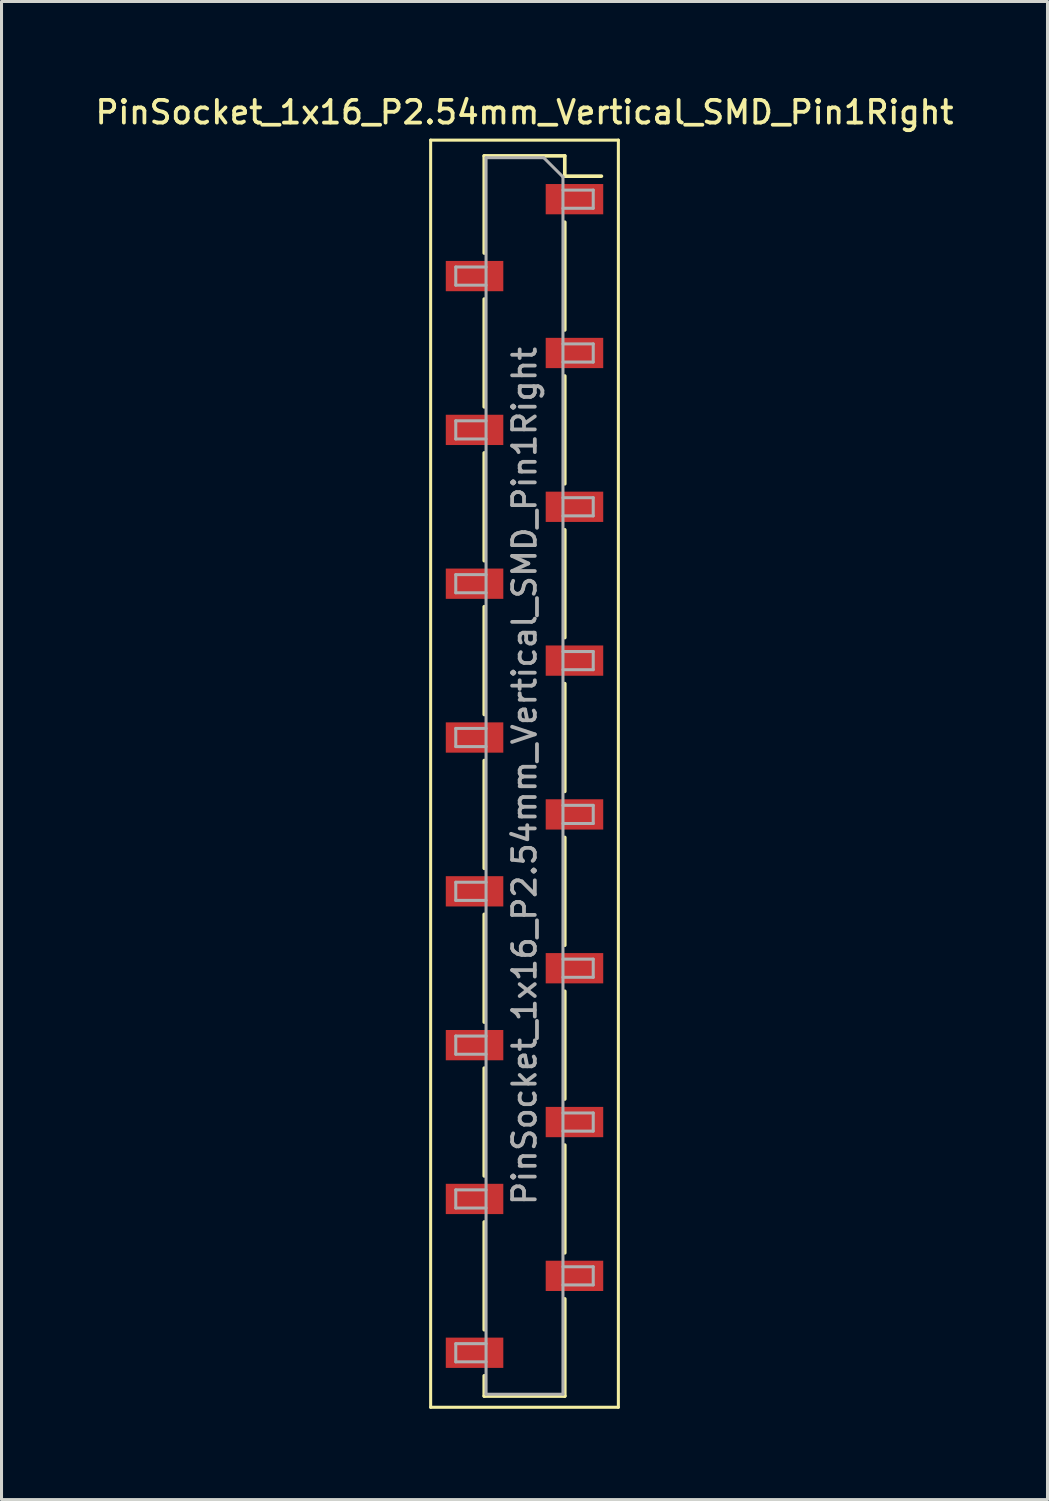
<source format=kicad_pcb>
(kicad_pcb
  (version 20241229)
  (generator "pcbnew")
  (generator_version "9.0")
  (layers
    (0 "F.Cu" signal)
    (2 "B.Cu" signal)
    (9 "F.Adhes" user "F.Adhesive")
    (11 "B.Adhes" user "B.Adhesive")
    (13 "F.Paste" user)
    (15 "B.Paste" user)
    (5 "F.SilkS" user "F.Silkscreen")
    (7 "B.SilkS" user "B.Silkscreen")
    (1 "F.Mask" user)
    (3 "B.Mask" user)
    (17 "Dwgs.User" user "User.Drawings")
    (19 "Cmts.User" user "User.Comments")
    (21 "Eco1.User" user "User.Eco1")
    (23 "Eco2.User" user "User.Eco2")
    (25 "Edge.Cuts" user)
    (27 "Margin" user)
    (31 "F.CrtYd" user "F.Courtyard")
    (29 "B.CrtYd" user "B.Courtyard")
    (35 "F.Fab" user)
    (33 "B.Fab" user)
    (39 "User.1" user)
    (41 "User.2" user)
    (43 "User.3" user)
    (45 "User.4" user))
  (footprint "PinSocket_1x16_P2.54mm_Vertical_SMD_Pin1Right"
    (layer "F.Cu")
    (at 14.273 22.578)
    (property "Reference" "PinSocket_1x16_P2.54mm_Vertical_SMD_Pin1Right" (at 0 -21.92 0) (layer "F.SilkS") (effects (font (size 0.75 0.75) (thickness 0.125))))
    (attr smd)
    (fp_line (start -3.1 -21) (end 3.1 -21) (stroke (width 0.1) (type solid)) (layer "F.SilkS"))
    (fp_line (start -3.1 20.85) (end -3.1 -21) (stroke (width 0.1) (type solid)) (layer "F.SilkS"))
    (fp_line (start -1.33 -20.48) (end -1.33 -17.27) (stroke (width 0.12) (type solid)) (layer "F.SilkS"))
    (fp_line (start -1.33 -20.48) (end 1.33 -20.48) (stroke (width 0.12) (type solid)) (layer "F.SilkS"))
    (fp_line (start -1.33 -15.75) (end -1.33 -12.19) (stroke (width 0.12) (type solid)) (layer "F.SilkS"))
    (fp_line (start -1.33 -10.67) (end -1.33 -7.11) (stroke (width 0.12) (type solid)) (layer "F.SilkS"))
    (fp_line (start -1.33 -5.59) (end -1.33 -2.03) (stroke (width 0.12) (type solid)) (layer "F.SilkS"))
    (fp_line (start -1.33 -0.51) (end -1.33 3.05) (stroke (width 0.12) (type solid)) (layer "F.SilkS"))
    (fp_line (start -1.33 4.57) (end -1.33 8.13) (stroke (width 0.12) (type solid)) (layer "F.SilkS"))
    (fp_line (start -1.33 9.65) (end -1.33 13.21) (stroke (width 0.12) (type solid)) (layer "F.SilkS"))
    (fp_line (start -1.33 14.73) (end -1.33 18.29) (stroke (width 0.12) (type solid)) (layer "F.SilkS"))
    (fp_line (start -1.33 19.81) (end -1.33 20.48) (stroke (width 0.12) (type solid)) (layer "F.SilkS"))
    (fp_line (start -1.33 20.48) (end 1.33 20.48) (stroke (width 0.12) (type solid)) (layer "F.SilkS"))
    (fp_line (start 1.33 -20.48) (end 1.33 -19.81) (stroke (width 0.12) (type solid)) (layer "F.SilkS"))
    (fp_line (start 1.33 -19.81) (end 2.54 -19.81) (stroke (width 0.12) (type solid)) (layer "F.SilkS"))
    (fp_line (start 1.33 -18.29) (end 1.33 -14.73) (stroke (width 0.12) (type solid)) (layer "F.SilkS"))
    (fp_line (start 1.33 -13.21) (end 1.33 -9.65) (stroke (width 0.12) (type solid)) (layer "F.SilkS"))
    (fp_line (start 1.33 -8.13) (end 1.33 -4.57) (stroke (width 0.12) (type solid)) (layer "F.SilkS"))
    (fp_line (start 1.33 -3.05) (end 1.33 0.51) (stroke (width 0.12) (type solid)) (layer "F.SilkS"))
    (fp_line (start 1.33 2.03) (end 1.33 5.59) (stroke (width 0.12) (type solid)) (layer "F.SilkS"))
    (fp_line (start 1.33 7.11) (end 1.33 10.67) (stroke (width 0.12) (type solid)) (layer "F.SilkS"))
    (fp_line (start 1.33 12.19) (end 1.33 15.75) (stroke (width 0.12) (type solid)) (layer "F.SilkS"))
    (fp_line (start 1.33 17.27) (end 1.33 20.48) (stroke (width 0.12) (type solid)) (layer "F.SilkS"))
    (fp_line (start 3.1 -21) (end 3.1 20.85) (stroke (width 0.1) (type solid)) (layer "F.SilkS"))
    (fp_line (start 3.1 20.85) (end -3.1 20.85) (stroke (width 0.1) (type solid)) (layer "F.SilkS"))
    (fp_line (start -2.27 -16.81) (end -1.27 -16.81) (stroke (width 0.1) (type solid)) (layer "F.Fab"))
    (fp_line (start -2.27 -16.21) (end -2.27 -16.81) (stroke (width 0.1) (type solid)) (layer "F.Fab"))
    (fp_line (start -2.27 -11.73) (end -1.27 -11.73) (stroke (width 0.1) (type solid)) (layer "F.Fab"))
    (fp_line (start -2.27 -11.13) (end -2.27 -11.73) (stroke (width 0.1) (type solid)) (layer "F.Fab"))
    (fp_line (start -2.27 -6.65) (end -1.27 -6.65) (stroke (width 0.1) (type solid)) (layer "F.Fab"))
    (fp_line (start -2.27 -6.05) (end -2.27 -6.65) (stroke (width 0.1) (type solid)) (layer "F.Fab"))
    (fp_line (start -2.27 -1.57) (end -1.27 -1.57) (stroke (width 0.1) (type solid)) (layer "F.Fab"))
    (fp_line (start -2.27 -0.97) (end -2.27 -1.57) (stroke (width 0.1) (type solid)) (layer "F.Fab"))
    (fp_line (start -2.27 3.51) (end -1.27 3.51) (stroke (width 0.1) (type solid)) (layer "F.Fab"))
    (fp_line (start -2.27 4.11) (end -2.27 3.51) (stroke (width 0.1) (type solid)) (layer "F.Fab"))
    (fp_line (start -2.27 8.59) (end -1.27 8.59) (stroke (width 0.1) (type solid)) (layer "F.Fab"))
    (fp_line (start -2.27 9.19) (end -2.27 8.59) (stroke (width 0.1) (type solid)) (layer "F.Fab"))
    (fp_line (start -2.27 13.67) (end -1.27 13.67) (stroke (width 0.1) (type solid)) (layer "F.Fab"))
    (fp_line (start -2.27 14.27) (end -2.27 13.67) (stroke (width 0.1) (type solid)) (layer "F.Fab"))
    (fp_line (start -2.27 18.75) (end -1.27 18.75) (stroke (width 0.1) (type solid)) (layer "F.Fab"))
    (fp_line (start -2.27 19.35) (end -2.27 18.75) (stroke (width 0.1) (type solid)) (layer "F.Fab"))
    (fp_line (start -1.27 -20.42) (end 0.635 -20.42) (stroke (width 0.1) (type solid)) (layer "F.Fab"))
    (fp_line (start -1.27 -16.21) (end -2.27 -16.21) (stroke (width 0.1) (type solid)) (layer "F.Fab"))
    (fp_line (start -1.27 -11.13) (end -2.27 -11.13) (stroke (width 0.1) (type solid)) (layer "F.Fab"))
    (fp_line (start -1.27 -6.05) (end -2.27 -6.05) (stroke (width 0.1) (type solid)) (layer "F.Fab"))
    (fp_line (start -1.27 -0.97) (end -2.27 -0.97) (stroke (width 0.1) (type solid)) (layer "F.Fab"))
    (fp_line (start -1.27 4.11) (end -2.27 4.11) (stroke (width 0.1) (type solid)) (layer "F.Fab"))
    (fp_line (start -1.27 9.19) (end -2.27 9.19) (stroke (width 0.1) (type solid)) (layer "F.Fab"))
    (fp_line (start -1.27 14.27) (end -2.27 14.27) (stroke (width 0.1) (type solid)) (layer "F.Fab"))
    (fp_line (start -1.27 19.35) (end -2.27 19.35) (stroke (width 0.1) (type solid)) (layer "F.Fab"))
    (fp_line (start -1.27 20.42) (end -1.27 -20.42) (stroke (width 0.1) (type solid)) (layer "F.Fab"))
    (fp_line (start 0.635 -20.42) (end 1.27 -19.785) (stroke (width 0.1) (type solid)) (layer "F.Fab"))
    (fp_line (start 1.27 -19.785) (end 1.27 20.42) (stroke (width 0.1) (type solid)) (layer "F.Fab"))
    (fp_line (start 1.27 -19.35) (end 2.27 -19.35) (stroke (width 0.1) (type solid)) (layer "F.Fab"))
    (fp_line (start 1.27 -14.27) (end 2.27 -14.27) (stroke (width 0.1) (type solid)) (layer "F.Fab"))
    (fp_line (start 1.27 -9.19) (end 2.27 -9.19) (stroke (width 0.1) (type solid)) (layer "F.Fab"))
    (fp_line (start 1.27 -4.11) (end 2.27 -4.11) (stroke (width 0.1) (type solid)) (layer "F.Fab"))
    (fp_line (start 1.27 0.97) (end 2.27 0.97) (stroke (width 0.1) (type solid)) (layer "F.Fab"))
    (fp_line (start 1.27 6.05) (end 2.27 6.05) (stroke (width 0.1) (type solid)) (layer "F.Fab"))
    (fp_line (start 1.27 11.13) (end 2.27 11.13) (stroke (width 0.1) (type solid)) (layer "F.Fab"))
    (fp_line (start 1.27 16.21) (end 2.27 16.21) (stroke (width 0.1) (type solid)) (layer "F.Fab"))
    (fp_line (start 1.27 20.42) (end -1.27 20.42) (stroke (width 0.1) (type solid)) (layer "F.Fab"))
    (fp_line (start 2.27 -19.35) (end 2.27 -18.75) (stroke (width 0.1) (type solid)) (layer "F.Fab"))
    (fp_line (start 2.27 -18.75) (end 1.27 -18.75) (stroke (width 0.1) (type solid)) (layer "F.Fab"))
    (fp_line (start 2.27 -14.27) (end 2.27 -13.67) (stroke (width 0.1) (type solid)) (layer "F.Fab"))
    (fp_line (start 2.27 -13.67) (end 1.27 -13.67) (stroke (width 0.1) (type solid)) (layer "F.Fab"))
    (fp_line (start 2.27 -9.19) (end 2.27 -8.59) (stroke (width 0.1) (type solid)) (layer "F.Fab"))
    (fp_line (start 2.27 -8.59) (end 1.27 -8.59) (stroke (width 0.1) (type solid)) (layer "F.Fab"))
    (fp_line (start 2.27 -4.11) (end 2.27 -3.51) (stroke (width 0.1) (type solid)) (layer "F.Fab"))
    (fp_line (start 2.27 -3.51) (end 1.27 -3.51) (stroke (width 0.1) (type solid)) (layer "F.Fab"))
    (fp_line (start 2.27 0.97) (end 2.27 1.57) (stroke (width 0.1) (type solid)) (layer "F.Fab"))
    (fp_line (start 2.27 1.57) (end 1.27 1.57) (stroke (width 0.1) (type solid)) (layer "F.Fab"))
    (fp_line (start 2.27 6.05) (end 2.27 6.65) (stroke (width 0.1) (type solid)) (layer "F.Fab"))
    (fp_line (start 2.27 6.65) (end 1.27 6.65) (stroke (width 0.1) (type solid)) (layer "F.Fab"))
    (fp_line (start 2.27 11.13) (end 2.27 11.73) (stroke (width 0.1) (type solid)) (layer "F.Fab"))
    (fp_line (start 2.27 11.73) (end 1.27 11.73) (stroke (width 0.1) (type solid)) (layer "F.Fab"))
    (fp_line (start 2.27 16.21) (end 2.27 16.81) (stroke (width 0.1) (type solid)) (layer "F.Fab"))
    (fp_line (start 2.27 16.81) (end 1.27 16.81) (stroke (width 0.1) (type solid)) (layer "F.Fab"))
    (fp_text user "${REFERENCE}" (at 0 0 90) (layer "F.Fab") (effects (font (size 0.75 0.75) (thickness 0.125))))
    (pad "1" smd rect (at 1.65 -19.05) (size 1.9 1) (layers "F.Cu" "F.Mask" "F.Paste"))
    (pad "2" smd rect (at -1.65 -16.51) (size 1.9 1) (layers "F.Cu" "F.Mask" "F.Paste"))
    (pad "3" smd rect (at 1.65 -13.97) (size 1.9 1) (layers "F.Cu" "F.Mask" "F.Paste"))
    (pad "4" smd rect (at -1.65 -11.43) (size 1.9 1) (layers "F.Cu" "F.Mask" "F.Paste"))
    (pad "5" smd rect (at 1.65 -8.89) (size 1.9 1) (layers "F.Cu" "F.Mask" "F.Paste"))
    (pad "6" smd rect (at -1.65 -6.35) (size 1.9 1) (layers "F.Cu" "F.Mask" "F.Paste"))
    (pad "7" smd rect (at 1.65 -3.81) (size 1.9 1) (layers "F.Cu" "F.Mask" "F.Paste"))
    (pad "8" smd rect (at -1.65 -1.27) (size 1.9 1) (layers "F.Cu" "F.Mask" "F.Paste"))
    (pad "9" smd rect (at 1.65 1.27) (size 1.9 1) (layers "F.Cu" "F.Mask" "F.Paste"))
    (pad "10" smd rect (at -1.65 3.81) (size 1.9 1) (layers "F.Cu" "F.Mask" "F.Paste"))
    (pad "11" smd rect (at 1.65 6.35) (size 1.9 1) (layers "F.Cu" "F.Mask" "F.Paste"))
    (pad "12" smd rect (at -1.65 8.89) (size 1.9 1) (layers "F.Cu" "F.Mask" "F.Paste"))
    (pad "13" smd rect (at 1.65 11.43) (size 1.9 1) (layers "F.Cu" "F.Mask" "F.Paste"))
    (pad "14" smd rect (at -1.65 13.97) (size 1.9 1) (layers "F.Cu" "F.Mask" "F.Paste"))
    (pad "15" smd rect (at 1.65 16.51) (size 1.9 1) (layers "F.Cu" "F.Mask" "F.Paste"))
    (pad "16" smd rect (at -1.65 19.05) (size 1.9 1) (layers "F.Cu" "F.Mask" "F.Paste")))
  (gr_rect
    (start -3 -3)
    (end 31.546 46.478)
    (stroke (width 0.1) (type default))
    (fill no)
    (layer "Edge.Cuts")))
</source>
